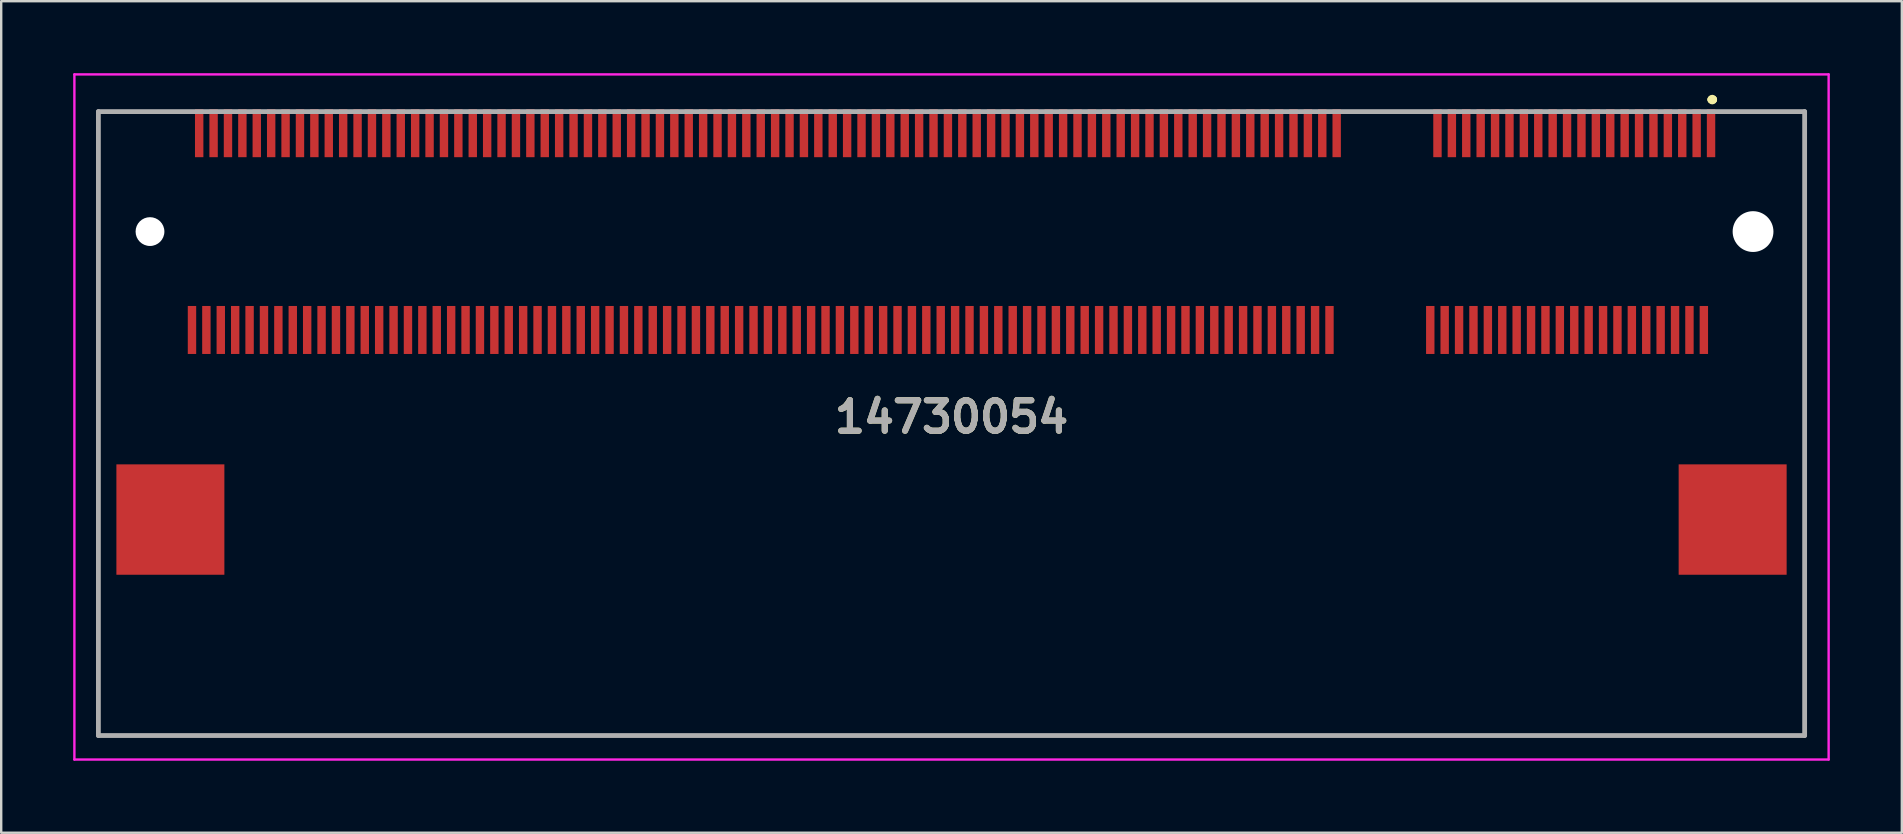
<source format=kicad_pcb>
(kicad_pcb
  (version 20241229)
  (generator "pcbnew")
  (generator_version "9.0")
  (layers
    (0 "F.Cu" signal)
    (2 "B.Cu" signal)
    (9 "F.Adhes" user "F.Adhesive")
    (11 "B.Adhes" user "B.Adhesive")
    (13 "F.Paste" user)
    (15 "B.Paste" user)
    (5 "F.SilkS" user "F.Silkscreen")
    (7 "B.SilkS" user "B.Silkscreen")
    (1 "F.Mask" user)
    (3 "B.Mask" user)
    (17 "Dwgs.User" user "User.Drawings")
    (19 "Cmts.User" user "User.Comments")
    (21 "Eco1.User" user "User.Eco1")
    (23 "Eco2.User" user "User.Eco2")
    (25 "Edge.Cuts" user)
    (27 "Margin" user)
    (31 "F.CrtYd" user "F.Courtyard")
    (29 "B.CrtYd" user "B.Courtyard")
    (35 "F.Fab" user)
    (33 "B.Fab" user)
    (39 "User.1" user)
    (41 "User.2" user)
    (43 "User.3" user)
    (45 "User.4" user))
  (footprint "14730054"
    (layer "F.Cu")
    (at 36.6 14.6)
    (property "Reference" "14730054" (at 0 -0.275 0) (layer "F.SilkS") (effects (font (size 1.27 1.27) (thickness 0.254))))
    (attr through_hole)
    (fp_line (start -35.55 -13) (end -32 -13) (stroke (width 0.1) (type solid)) (layer "F.SilkS"))
    (fp_line (start -35.55 13) (end -35.55 -13) (stroke (width 0.1) (type solid)) (layer "F.SilkS"))
    (fp_line (start 31.65 -13.5) (end 31.65 -13.5) (stroke (width 0.3) (type solid)) (layer "F.SilkS"))
    (fp_line (start 31.75 -13.5) (end 31.75 -13.5) (stroke (width 0.3) (type solid)) (layer "F.SilkS"))
    (fp_line (start 32.55 -13) (end 35.55 -13) (stroke (width 0.1) (type solid)) (layer "F.SilkS"))
    (fp_line (start 35.55 -13) (end 35.55 13) (stroke (width 0.1) (type solid)) (layer "F.SilkS"))
    (fp_line (start 35.55 13) (end -35.55 13) (stroke (width 0.1) (type solid)) (layer "F.SilkS"))
    (fp_arc (start 31.65 -13.5) (mid 31.7 -13.55) (end 31.75 -13.5) (stroke (width 0.3) (type solid)) (layer "F.SilkS"))
    (fp_arc (start 31.75 -13.5) (mid 31.7 -13.45) (end 31.65 -13.5) (stroke (width 0.3) (type solid)) (layer "F.SilkS"))
    (fp_line (start -36.55 -14.55) (end 36.55 -14.55) (stroke (width 0.1) (type solid)) (layer "F.CrtYd"))
    (fp_line (start -36.55 14) (end -36.55 -14.55) (stroke (width 0.1) (type solid)) (layer "F.CrtYd"))
    (fp_line (start 36.55 -14.55) (end 36.55 14) (stroke (width 0.1) (type solid)) (layer "F.CrtYd"))
    (fp_line (start 36.55 14) (end -36.55 14) (stroke (width 0.1) (type solid)) (layer "F.CrtYd"))
    (fp_line (start -35.55 -13) (end 35.55 -13) (stroke (width 0.2) (type solid)) (layer "F.Fab"))
    (fp_line (start -35.55 13) (end -35.55 -13) (stroke (width 0.2) (type solid)) (layer "F.Fab"))
    (fp_line (start 35.55 -13) (end 35.55 13) (stroke (width 0.2) (type solid)) (layer "F.Fab"))
    (fp_line (start 35.55 13) (end -35.55 13) (stroke (width 0.2) (type solid)) (layer "F.Fab"))
    (fp_text user "${REFERENCE}" (at 0 -0.275 0) (layer "F.Fab") (effects (font (size 1.27 1.27) (thickness 0.254))))
    (pad "" np_thru_hole circle (at -33.4 -8) (size 1.2 1.2) (drill 1.2) (layers "*.Cu" "*.Mask"))
    (pad "" np_thru_hole circle (at 33.4 -8) (size 1.7 1.7) (drill 1.7) (layers "*.Cu" "*.Mask"))
    (pad "1" smd rect (at 31.65 -12.1) (size 0.35 2) (layers "F.Cu" "F.Mask" "F.Paste"))
    (pad "2" smd rect (at 31.35 -3.9) (size 0.35 2) (layers "F.Cu" "F.Mask" "F.Paste"))
    (pad "3" smd rect (at 31.05 -12.1) (size 0.35 2) (layers "F.Cu" "F.Mask" "F.Paste"))
    (pad "4" smd rect (at 30.75 -3.9) (size 0.35 2) (layers "F.Cu" "F.Mask" "F.Paste"))
    (pad "5" smd rect (at 30.45 -12.1) (size 0.35 2) (layers "F.Cu" "F.Mask" "F.Paste"))
    (pad "6" smd rect (at 30.15 -3.9) (size 0.35 2) (layers "F.Cu" "F.Mask" "F.Paste"))
    (pad "7" smd rect (at 29.85 -12.1) (size 0.35 2) (layers "F.Cu" "F.Mask" "F.Paste"))
    (pad "8" smd rect (at 29.55 -3.9) (size 0.35 2) (layers "F.Cu" "F.Mask" "F.Paste"))
    (pad "9" smd rect (at 29.25 -12.1) (size 0.35 2) (layers "F.Cu" "F.Mask" "F.Paste"))
    (pad "10" smd rect (at 28.95 -3.9) (size 0.35 2) (layers "F.Cu" "F.Mask" "F.Paste"))
    (pad "11" smd rect (at 28.65 -12.1) (size 0.35 2) (layers "F.Cu" "F.Mask" "F.Paste"))
    (pad "12" smd rect (at 28.35 -3.9) (size 0.35 2) (layers "F.Cu" "F.Mask" "F.Paste"))
    (pad "13" smd rect (at 28.05 -12.1) (size 0.35 2) (layers "F.Cu" "F.Mask" "F.Paste"))
    (pad "14" smd rect (at 27.75 -3.9) (size 0.35 2) (layers "F.Cu" "F.Mask" "F.Paste"))
    (pad "15" smd rect (at 27.45 -12.1) (size 0.35 2) (layers "F.Cu" "F.Mask" "F.Paste"))
    (pad "16" smd rect (at 27.15 -3.9) (size 0.35 2) (layers "F.Cu" "F.Mask" "F.Paste"))
    (pad "17" smd rect (at 26.85 -12.1) (size 0.35 2) (layers "F.Cu" "F.Mask" "F.Paste"))
    (pad "18" smd rect (at 26.55 -3.9) (size 0.35 2) (layers "F.Cu" "F.Mask" "F.Paste"))
    (pad "19" smd rect (at 26.25 -12.1) (size 0.35 2) (layers "F.Cu" "F.Mask" "F.Paste"))
    (pad "20" smd rect (at 25.95 -3.9) (size 0.35 2) (layers "F.Cu" "F.Mask" "F.Paste"))
    (pad "21" smd rect (at 25.65 -12.1) (size 0.35 2) (layers "F.Cu" "F.Mask" "F.Paste"))
    (pad "22" smd rect (at 25.35 -3.9) (size 0.35 2) (layers "F.Cu" "F.Mask" "F.Paste"))
    (pad "23" smd rect (at 25.05 -12.1) (size 0.35 2) (layers "F.Cu" "F.Mask" "F.Paste"))
    (pad "24" smd rect (at 24.75 -3.9) (size 0.35 2) (layers "F.Cu" "F.Mask" "F.Paste"))
    (pad "25" smd rect (at 24.45 -12.1) (size 0.35 2) (layers "F.Cu" "F.Mask" "F.Paste"))
    (pad "26" smd rect (at 24.15 -3.9) (size 0.35 2) (layers "F.Cu" "F.Mask" "F.Paste"))
    (pad "27" smd rect (at 23.85 -12.1) (size 0.35 2) (layers "F.Cu" "F.Mask" "F.Paste"))
    (pad "28" smd rect (at 23.55 -3.9) (size 0.35 2) (layers "F.Cu" "F.Mask" "F.Paste"))
    (pad "29" smd rect (at 23.25 -12.1) (size 0.35 2) (layers "F.Cu" "F.Mask" "F.Paste"))
    (pad "30" smd rect (at 22.95 -3.9) (size 0.35 2) (layers "F.Cu" "F.Mask" "F.Paste"))
    (pad "31" smd rect (at 22.65 -12.1) (size 0.35 2) (layers "F.Cu" "F.Mask" "F.Paste"))
    (pad "32" smd rect (at 22.35 -3.9) (size 0.35 2) (layers "F.Cu" "F.Mask" "F.Paste"))
    (pad "33" smd rect (at 22.05 -12.1) (size 0.35 2) (layers "F.Cu" "F.Mask" "F.Paste"))
    (pad "34" smd rect (at 21.75 -3.9) (size 0.35 2) (layers "F.Cu" "F.Mask" "F.Paste"))
    (pad "35" smd rect (at 21.45 -12.1) (size 0.35 2) (layers "F.Cu" "F.Mask" "F.Paste"))
    (pad "36" smd rect (at 21.15 -3.9) (size 0.35 2) (layers "F.Cu" "F.Mask" "F.Paste"))
    (pad "37" smd rect (at 20.85 -12.1) (size 0.35 2) (layers "F.Cu" "F.Mask" "F.Paste"))
    (pad "38" smd rect (at 20.55 -3.9) (size 0.35 2) (layers "F.Cu" "F.Mask" "F.Paste"))
    (pad "39" smd rect (at 20.25 -12.1) (size 0.35 2) (layers "F.Cu" "F.Mask" "F.Paste"))
    (pad "40" smd rect (at 19.95 -3.9) (size 0.35 2) (layers "F.Cu" "F.Mask" "F.Paste"))
    (pad "41" smd rect (at 16.05 -12.1) (size 0.35 2) (layers "F.Cu" "F.Mask" "F.Paste"))
    (pad "42" smd rect (at 15.75 -3.9) (size 0.35 2) (layers "F.Cu" "F.Mask" "F.Paste"))
    (pad "43" smd rect (at 15.45 -12.1) (size 0.35 2) (layers "F.Cu" "F.Mask" "F.Paste"))
    (pad "44" smd rect (at 15.15 -3.9) (size 0.35 2) (layers "F.Cu" "F.Mask" "F.Paste"))
    (pad "45" smd rect (at 14.85 -12.1) (size 0.35 2) (layers "F.Cu" "F.Mask" "F.Paste"))
    (pad "46" smd rect (at 14.55 -3.9) (size 0.35 2) (layers "F.Cu" "F.Mask" "F.Paste"))
    (pad "47" smd rect (at 14.25 -12.1) (size 0.35 2) (layers "F.Cu" "F.Mask" "F.Paste"))
    (pad "48" smd rect (at 13.95 -3.9) (size 0.35 2) (layers "F.Cu" "F.Mask" "F.Paste"))
    (pad "49" smd rect (at 13.65 -12.1) (size 0.35 2) (layers "F.Cu" "F.Mask" "F.Paste"))
    (pad "50" smd rect (at 13.35 -3.9) (size 0.35 2) (layers "F.Cu" "F.Mask" "F.Paste"))
    (pad "51" smd rect (at 13.05 -12.1) (size 0.35 2) (layers "F.Cu" "F.Mask" "F.Paste"))
    (pad "52" smd rect (at 12.75 -3.9) (size 0.35 2) (layers "F.Cu" "F.Mask" "F.Paste"))
    (pad "53" smd rect (at 12.45 -12.1) (size 0.35 2) (layers "F.Cu" "F.Mask" "F.Paste"))
    (pad "54" smd rect (at 12.15 -3.9) (size 0.35 2) (layers "F.Cu" "F.Mask" "F.Paste"))
    (pad "55" smd rect (at 11.85 -12.1) (size 0.35 2) (layers "F.Cu" "F.Mask" "F.Paste"))
    (pad "56" smd rect (at 11.55 -3.9) (size 0.35 2) (layers "F.Cu" "F.Mask" "F.Paste"))
    (pad "57" smd rect (at 11.25 -12.1) (size 0.35 2) (layers "F.Cu" "F.Mask" "F.Paste"))
    (pad "58" smd rect (at 10.95 -3.9) (size 0.35 2) (layers "F.Cu" "F.Mask" "F.Paste"))
    (pad "59" smd rect (at 10.65 -12.1) (size 0.35 2) (layers "F.Cu" "F.Mask" "F.Paste"))
    (pad "60" smd rect (at 10.35 -3.9) (size 0.35 2) (layers "F.Cu" "F.Mask" "F.Paste"))
    (pad "61" smd rect (at 10.05 -12.1) (size 0.35 2) (layers "F.Cu" "F.Mask" "F.Paste"))
    (pad "62" smd rect (at 9.75 -3.9) (size 0.35 2) (layers "F.Cu" "F.Mask" "F.Paste"))
    (pad "63" smd rect (at 9.45 -12.1) (size 0.35 2) (layers "F.Cu" "F.Mask" "F.Paste"))
    (pad "64" smd rect (at 9.15 -3.9) (size 0.35 2) (layers "F.Cu" "F.Mask" "F.Paste"))
    (pad "65" smd rect (at 8.85 -12.1) (size 0.35 2) (layers "F.Cu" "F.Mask" "F.Paste"))
    (pad "66" smd rect (at 8.55 -3.9) (size 0.35 2) (layers "F.Cu" "F.Mask" "F.Paste"))
    (pad "67" smd rect (at 8.25 -12.1) (size 0.35 2) (layers "F.Cu" "F.Mask" "F.Paste"))
    (pad "68" smd rect (at 7.95 -3.9) (size 0.35 2) (layers "F.Cu" "F.Mask" "F.Paste"))
    (pad "69" smd rect (at 7.65 -12.1) (size 0.35 2) (layers "F.Cu" "F.Mask" "F.Paste"))
    (pad "70" smd rect (at 7.35 -3.9) (size 0.35 2) (layers "F.Cu" "F.Mask" "F.Paste"))
    (pad "71" smd rect (at 7.05 -12.1) (size 0.35 2) (layers "F.Cu" "F.Mask" "F.Paste"))
    (pad "72" smd rect (at 6.75 -3.9) (size 0.35 2) (layers "F.Cu" "F.Mask" "F.Paste"))
    (pad "73" smd rect (at 6.45 -12.1) (size 0.35 2) (layers "F.Cu" "F.Mask" "F.Paste"))
    (pad "74" smd rect (at 6.15 -3.9) (size 0.35 2) (layers "F.Cu" "F.Mask" "F.Paste"))
    (pad "75" smd rect (at 5.85 -12.1) (size 0.35 2) (layers "F.Cu" "F.Mask" "F.Paste"))
    (pad "76" smd rect (at 5.55 -3.9) (size 0.35 2) (layers "F.Cu" "F.Mask" "F.Paste"))
    (pad "77" smd rect (at 5.25 -12.1) (size 0.35 2) (layers "F.Cu" "F.Mask" "F.Paste"))
    (pad "78" smd rect (at 4.95 -3.9) (size 0.35 2) (layers "F.Cu" "F.Mask" "F.Paste"))
    (pad "79" smd rect (at 4.65 -12.1) (size 0.35 2) (layers "F.Cu" "F.Mask" "F.Paste"))
    (pad "80" smd rect (at 4.35 -3.9) (size 0.35 2) (layers "F.Cu" "F.Mask" "F.Paste"))
    (pad "81" smd rect (at 4.05 -12.1) (size 0.35 2) (layers "F.Cu" "F.Mask" "F.Paste"))
    (pad "82" smd rect (at 3.75 -3.9) (size 0.35 2) (layers "F.Cu" "F.Mask" "F.Paste"))
    (pad "83" smd rect (at 3.45 -12.1) (size 0.35 2) (layers "F.Cu" "F.Mask" "F.Paste"))
    (pad "84" smd rect (at 3.15 -3.9) (size 0.35 2) (layers "F.Cu" "F.Mask" "F.Paste"))
    (pad "85" smd rect (at 2.85 -12.1) (size 0.35 2) (layers "F.Cu" "F.Mask" "F.Paste"))
    (pad "86" smd rect (at 2.55 -3.9) (size 0.35 2) (layers "F.Cu" "F.Mask" "F.Paste"))
    (pad "87" smd rect (at 2.25 -12.1) (size 0.35 2) (layers "F.Cu" "F.Mask" "F.Paste"))
    (pad "88" smd rect (at 1.95 -3.9) (size 0.35 2) (layers "F.Cu" "F.Mask" "F.Paste"))
    (pad "89" smd rect (at 1.65 -12.1) (size 0.35 2) (layers "F.Cu" "F.Mask" "F.Paste"))
    (pad "90" smd rect (at 1.35 -3.9) (size 0.35 2) (layers "F.Cu" "F.Mask" "F.Paste"))
    (pad "91" smd rect (at 1.05 -12.1) (size 0.35 2) (layers "F.Cu" "F.Mask" "F.Paste"))
    (pad "92" smd rect (at 0.75 -3.9) (size 0.35 2) (layers "F.Cu" "F.Mask" "F.Paste"))
    (pad "93" smd rect (at 0.45 -12.1) (size 0.35 2) (layers "F.Cu" "F.Mask" "F.Paste"))
    (pad "94" smd rect (at 0.15 -3.9) (size 0.35 2) (layers "F.Cu" "F.Mask" "F.Paste"))
    (pad "95" smd rect (at -0.15 -12.1) (size 0.35 2) (layers "F.Cu" "F.Mask" "F.Paste"))
    (pad "96" smd rect (at -0.45 -3.9) (size 0.35 2) (layers "F.Cu" "F.Mask" "F.Paste"))
    (pad "97" smd rect (at -0.75 -12.1) (size 0.35 2) (layers "F.Cu" "F.Mask" "F.Paste"))
    (pad "98" smd rect (at -1.05 -3.9) (size 0.35 2) (layers "F.Cu" "F.Mask" "F.Paste"))
    (pad "99" smd rect (at -1.35 -12.1) (size 0.35 2) (layers "F.Cu" "F.Mask" "F.Paste"))
    (pad "100" smd rect (at -1.65 -3.9) (size 0.35 2) (layers "F.Cu" "F.Mask" "F.Paste"))
    (pad "101" smd rect (at -1.95 -12.1) (size 0.35 2) (layers "F.Cu" "F.Mask" "F.Paste"))
    (pad "102" smd rect (at -2.25 -3.9) (size 0.35 2) (layers "F.Cu" "F.Mask" "F.Paste"))
    (pad "103" smd rect (at -2.55 -12.1) (size 0.35 2) (layers "F.Cu" "F.Mask" "F.Paste"))
    (pad "104" smd rect (at -2.85 -3.9) (size 0.35 2) (layers "F.Cu" "F.Mask" "F.Paste"))
    (pad "105" smd rect (at -3.15 -12.1) (size 0.35 2) (layers "F.Cu" "F.Mask" "F.Paste"))
    (pad "106" smd rect (at -3.45 -3.9) (size 0.35 2) (layers "F.Cu" "F.Mask" "F.Paste"))
    (pad "107" smd rect (at -3.75 -12.1) (size 0.35 2) (layers "F.Cu" "F.Mask" "F.Paste"))
    (pad "108" smd rect (at -4.05 -3.9) (size 0.35 2) (layers "F.Cu" "F.Mask" "F.Paste"))
    (pad "109" smd rect (at -4.35 -12.1) (size 0.35 2) (layers "F.Cu" "F.Mask" "F.Paste"))
    (pad "110" smd rect (at -4.65 -3.9) (size 0.35 2) (layers "F.Cu" "F.Mask" "F.Paste"))
    (pad "111" smd rect (at -4.95 -12.1) (size 0.35 2) (layers "F.Cu" "F.Mask" "F.Paste"))
    (pad "112" smd rect (at -5.25 -3.9) (size 0.35 2) (layers "F.Cu" "F.Mask" "F.Paste"))
    (pad "113" smd rect (at -5.55 -12.1) (size 0.35 2) (layers "F.Cu" "F.Mask" "F.Paste"))
    (pad "114" smd rect (at -5.85 -3.9) (size 0.35 2) (layers "F.Cu" "F.Mask" "F.Paste"))
    (pad "115" smd rect (at -6.15 -12.1) (size 0.35 2) (layers "F.Cu" "F.Mask" "F.Paste"))
    (pad "116" smd rect (at -6.45 -3.9) (size 0.35 2) (layers "F.Cu" "F.Mask" "F.Paste"))
    (pad "117" smd rect (at -6.75 -12.1) (size 0.35 2) (layers "F.Cu" "F.Mask" "F.Paste"))
    (pad "118" smd rect (at -7.05 -3.9) (size 0.35 2) (layers "F.Cu" "F.Mask" "F.Paste"))
    (pad "119" smd rect (at -7.35 -12.1) (size 0.35 2) (layers "F.Cu" "F.Mask" "F.Paste"))
    (pad "120" smd rect (at -7.65 -3.9) (size 0.35 2) (layers "F.Cu" "F.Mask" "F.Paste"))
    (pad "121" smd rect (at -7.95 -12.1) (size 0.35 2) (layers "F.Cu" "F.Mask" "F.Paste"))
    (pad "122" smd rect (at -8.25 -3.9) (size 0.35 2) (layers "F.Cu" "F.Mask" "F.Paste"))
    (pad "123" smd rect (at -8.55 -12.1) (size 0.35 2) (layers "F.Cu" "F.Mask" "F.Paste"))
    (pad "124" smd rect (at -8.85 -3.9) (size 0.35 2) (layers "F.Cu" "F.Mask" "F.Paste"))
    (pad "125" smd rect (at -9.15 -12.1) (size 0.35 2) (layers "F.Cu" "F.Mask" "F.Paste"))
    (pad "126" smd rect (at -9.45 -3.9) (size 0.35 2) (layers "F.Cu" "F.Mask" "F.Paste"))
    (pad "127" smd rect (at -9.75 -12.1) (size 0.35 2) (layers "F.Cu" "F.Mask" "F.Paste"))
    (pad "128" smd rect (at -10.05 -3.9) (size 0.35 2) (layers "F.Cu" "F.Mask" "F.Paste"))
    (pad "129" smd rect (at -10.35 -12.1) (size 0.35 2) (layers "F.Cu" "F.Mask" "F.Paste"))
    (pad "130" smd rect (at -10.65 -3.9) (size 0.35 2) (layers "F.Cu" "F.Mask" "F.Paste"))
    (pad "131" smd rect (at -10.95 -12.1) (size 0.35 2) (layers "F.Cu" "F.Mask" "F.Paste"))
    (pad "132" smd rect (at -11.25 -3.9) (size 0.35 2) (layers "F.Cu" "F.Mask" "F.Paste"))
    (pad "133" smd rect (at -11.55 -12.1) (size 0.35 2) (layers "F.Cu" "F.Mask" "F.Paste"))
    (pad "134" smd rect (at -11.85 -3.9) (size 0.35 2) (layers "F.Cu" "F.Mask" "F.Paste"))
    (pad "135" smd rect (at -12.15 -12.1) (size 0.35 2) (layers "F.Cu" "F.Mask" "F.Paste"))
    (pad "136" smd rect (at -12.45 -3.9) (size 0.35 2) (layers "F.Cu" "F.Mask" "F.Paste"))
    (pad "137" smd rect (at -12.75 -12.1) (size 0.35 2) (layers "F.Cu" "F.Mask" "F.Paste"))
    (pad "138" smd rect (at -13.05 -3.9) (size 0.35 2) (layers "F.Cu" "F.Mask" "F.Paste"))
    (pad "139" smd rect (at -13.35 -12.1) (size 0.35 2) (layers "F.Cu" "F.Mask" "F.Paste"))
    (pad "140" smd rect (at -13.65 -3.9) (size 0.35 2) (layers "F.Cu" "F.Mask" "F.Paste"))
    (pad "141" smd rect (at -13.95 -12.1) (size 0.35 2) (layers "F.Cu" "F.Mask" "F.Paste"))
    (pad "142" smd rect (at -14.25 -3.9) (size 0.35 2) (layers "F.Cu" "F.Mask" "F.Paste"))
    (pad "143" smd rect (at -14.55 -12.1) (size 0.35 2) (layers "F.Cu" "F.Mask" "F.Paste"))
    (pad "144" smd rect (at -14.85 -3.9) (size 0.35 2) (layers "F.Cu" "F.Mask" "F.Paste"))
    (pad "145" smd rect (at -15.15 -12.1) (size 0.35 2) (layers "F.Cu" "F.Mask" "F.Paste"))
    (pad "146" smd rect (at -15.45 -3.9) (size 0.35 2) (layers "F.Cu" "F.Mask" "F.Paste"))
    (pad "147" smd rect (at -15.75 -12.1) (size 0.35 2) (layers "F.Cu" "F.Mask" "F.Paste"))
    (pad "148" smd rect (at -16.05 -3.9) (size 0.35 2) (layers "F.Cu" "F.Mask" "F.Paste"))
    (pad "149" smd rect (at -16.35 -12.1) (size 0.35 2) (layers "F.Cu" "F.Mask" "F.Paste"))
    (pad "150" smd rect (at -16.65 -3.9) (size 0.35 2) (layers "F.Cu" "F.Mask" "F.Paste"))
    (pad "151" smd rect (at -16.95 -12.1) (size 0.35 2) (layers "F.Cu" "F.Mask" "F.Paste"))
    (pad "152" smd rect (at -17.25 -3.9) (size 0.35 2) (layers "F.Cu" "F.Mask" "F.Paste"))
    (pad "153" smd rect (at -17.55 -12.1) (size 0.35 2) (layers "F.Cu" "F.Mask" "F.Paste"))
    (pad "154" smd rect (at -17.85 -3.9) (size 0.35 2) (layers "F.Cu" "F.Mask" "F.Paste"))
    (pad "155" smd rect (at -18.15 -12.1) (size 0.35 2) (layers "F.Cu" "F.Mask" "F.Paste"))
    (pad "156" smd rect (at -18.45 -3.9) (size 0.35 2) (layers "F.Cu" "F.Mask" "F.Paste"))
    (pad "157" smd rect (at -18.75 -12.1) (size 0.35 2) (layers "F.Cu" "F.Mask" "F.Paste"))
    (pad "158" smd rect (at -19.05 -3.9) (size 0.35 2) (layers "F.Cu" "F.Mask" "F.Paste"))
    (pad "159" smd rect (at -19.35 -12.1) (size 0.35 2) (layers "F.Cu" "F.Mask" "F.Paste"))
    (pad "160" smd rect (at -19.65 -3.9) (size 0.35 2) (layers "F.Cu" "F.Mask" "F.Paste"))
    (pad "161" smd rect (at -19.95 -12.1) (size 0.35 2) (layers "F.Cu" "F.Mask" "F.Paste"))
    (pad "162" smd rect (at -20.25 -3.9) (size 0.35 2) (layers "F.Cu" "F.Mask" "F.Paste"))
    (pad "163" smd rect (at -20.55 -12.1) (size 0.35 2) (layers "F.Cu" "F.Mask" "F.Paste"))
    (pad "164" smd rect (at -20.85 -3.9) (size 0.35 2) (layers "F.Cu" "F.Mask" "F.Paste"))
    (pad "165" smd rect (at -21.15 -12.1) (size 0.35 2) (layers "F.Cu" "F.Mask" "F.Paste"))
    (pad "166" smd rect (at -21.45 -3.9) (size 0.35 2) (layers "F.Cu" "F.Mask" "F.Paste"))
    (pad "167" smd rect (at -21.75 -12.1) (size 0.35 2) (layers "F.Cu" "F.Mask" "F.Paste"))
    (pad "168" smd rect (at -22.05 -3.9) (size 0.35 2) (layers "F.Cu" "F.Mask" "F.Paste"))
    (pad "169" smd rect (at -22.35 -12.1) (size 0.35 2) (layers "F.Cu" "F.Mask" "F.Paste"))
    (pad "170" smd rect (at -22.65 -3.9) (size 0.35 2) (layers "F.Cu" "F.Mask" "F.Paste"))
    (pad "171" smd rect (at -22.95 -12.1) (size 0.35 2) (layers "F.Cu" "F.Mask" "F.Paste"))
    (pad "172" smd rect (at -23.25 -3.9) (size 0.35 2) (layers "F.Cu" "F.Mask" "F.Paste"))
    (pad "173" smd rect (at -23.55 -12.1) (size 0.35 2) (layers "F.Cu" "F.Mask" "F.Paste"))
    (pad "174" smd rect (at -23.85 -3.9) (size 0.35 2) (layers "F.Cu" "F.Mask" "F.Paste"))
    (pad "175" smd rect (at -24.15 -12.1) (size 0.35 2) (layers "F.Cu" "F.Mask" "F.Paste"))
    (pad "176" smd rect (at -24.45 -3.9) (size 0.35 2) (layers "F.Cu" "F.Mask" "F.Paste"))
    (pad "177" smd rect (at -24.75 -12.1) (size 0.35 2) (layers "F.Cu" "F.Mask" "F.Paste"))
    (pad "178" smd rect (at -25.05 -3.9) (size 0.35 2) (layers "F.Cu" "F.Mask" "F.Paste"))
    (pad "179" smd rect (at -25.35 -12.1) (size 0.35 2) (layers "F.Cu" "F.Mask" "F.Paste"))
    (pad "180" smd rect (at -25.65 -3.9) (size 0.35 2) (layers "F.Cu" "F.Mask" "F.Paste"))
    (pad "181" smd rect (at -25.95 -12.1) (size 0.35 2) (layers "F.Cu" "F.Mask" "F.Paste"))
    (pad "182" smd rect (at -26.25 -3.9) (size 0.35 2) (layers "F.Cu" "F.Mask" "F.Paste"))
    (pad "183" smd rect (at -26.55 -12.1) (size 0.35 2) (layers "F.Cu" "F.Mask" "F.Paste"))
    (pad "184" smd rect (at -26.85 -3.9) (size 0.35 2) (layers "F.Cu" "F.Mask" "F.Paste"))
    (pad "185" smd rect (at -27.15 -12.1) (size 0.35 2) (layers "F.Cu" "F.Mask" "F.Paste"))
    (pad "186" smd rect (at -27.45 -3.9) (size 0.35 2) (layers "F.Cu" "F.Mask" "F.Paste"))
    (pad "187" smd rect (at -27.75 -12.1) (size 0.35 2) (layers "F.Cu" "F.Mask" "F.Paste"))
    (pad "188" smd rect (at -28.05 -3.9) (size 0.35 2) (layers "F.Cu" "F.Mask" "F.Paste"))
    (pad "189" smd rect (at -28.35 -12.1) (size 0.35 2) (layers "F.Cu" "F.Mask" "F.Paste"))
    (pad "190" smd rect (at -28.65 -3.9) (size 0.35 2) (layers "F.Cu" "F.Mask" "F.Paste"))
    (pad "191" smd rect (at -28.95 -12.1) (size 0.35 2) (layers "F.Cu" "F.Mask" "F.Paste"))
    (pad "192" smd rect (at -29.25 -3.9) (size 0.35 2) (layers "F.Cu" "F.Mask" "F.Paste"))
    (pad "193" smd rect (at -29.55 -12.1) (size 0.35 2) (layers "F.Cu" "F.Mask" "F.Paste"))
    (pad "194" smd rect (at -29.85 -3.9) (size 0.35 2) (layers "F.Cu" "F.Mask" "F.Paste"))
    (pad "195" smd rect (at -30.15 -12.1) (size 0.35 2) (layers "F.Cu" "F.Mask" "F.Paste"))
    (pad "196" smd rect (at -30.45 -3.9) (size 0.35 2) (layers "F.Cu" "F.Mask" "F.Paste"))
    (pad "197" smd rect (at -30.75 -12.1) (size 0.35 2) (layers "F.Cu" "F.Mask" "F.Paste"))
    (pad "198" smd rect (at -31.05 -3.9) (size 0.35 2) (layers "F.Cu" "F.Mask" "F.Paste"))
    (pad "199" smd rect (at -31.35 -12.1) (size 0.35 2) (layers "F.Cu" "F.Mask" "F.Paste"))
    (pad "200" smd rect (at -31.65 -3.9) (size 0.35 2) (layers "F.Cu" "F.Mask" "F.Paste"))
    (pad "MP1" smd rect (at 32.55 4) (size 4.5 4.6) (layers "F.Cu" "F.Mask" "F.Paste"))
    (pad "MP2" smd rect (at -32.55 4) (size 4.5 4.6) (layers "F.Cu" "F.Mask" "F.Paste")))
  (gr_rect
    (start -3 -3)
    (end 76.2 31.65)
    (stroke (width 0.1) (type default))
    (fill no)
    (layer "Edge.Cuts")))
</source>
